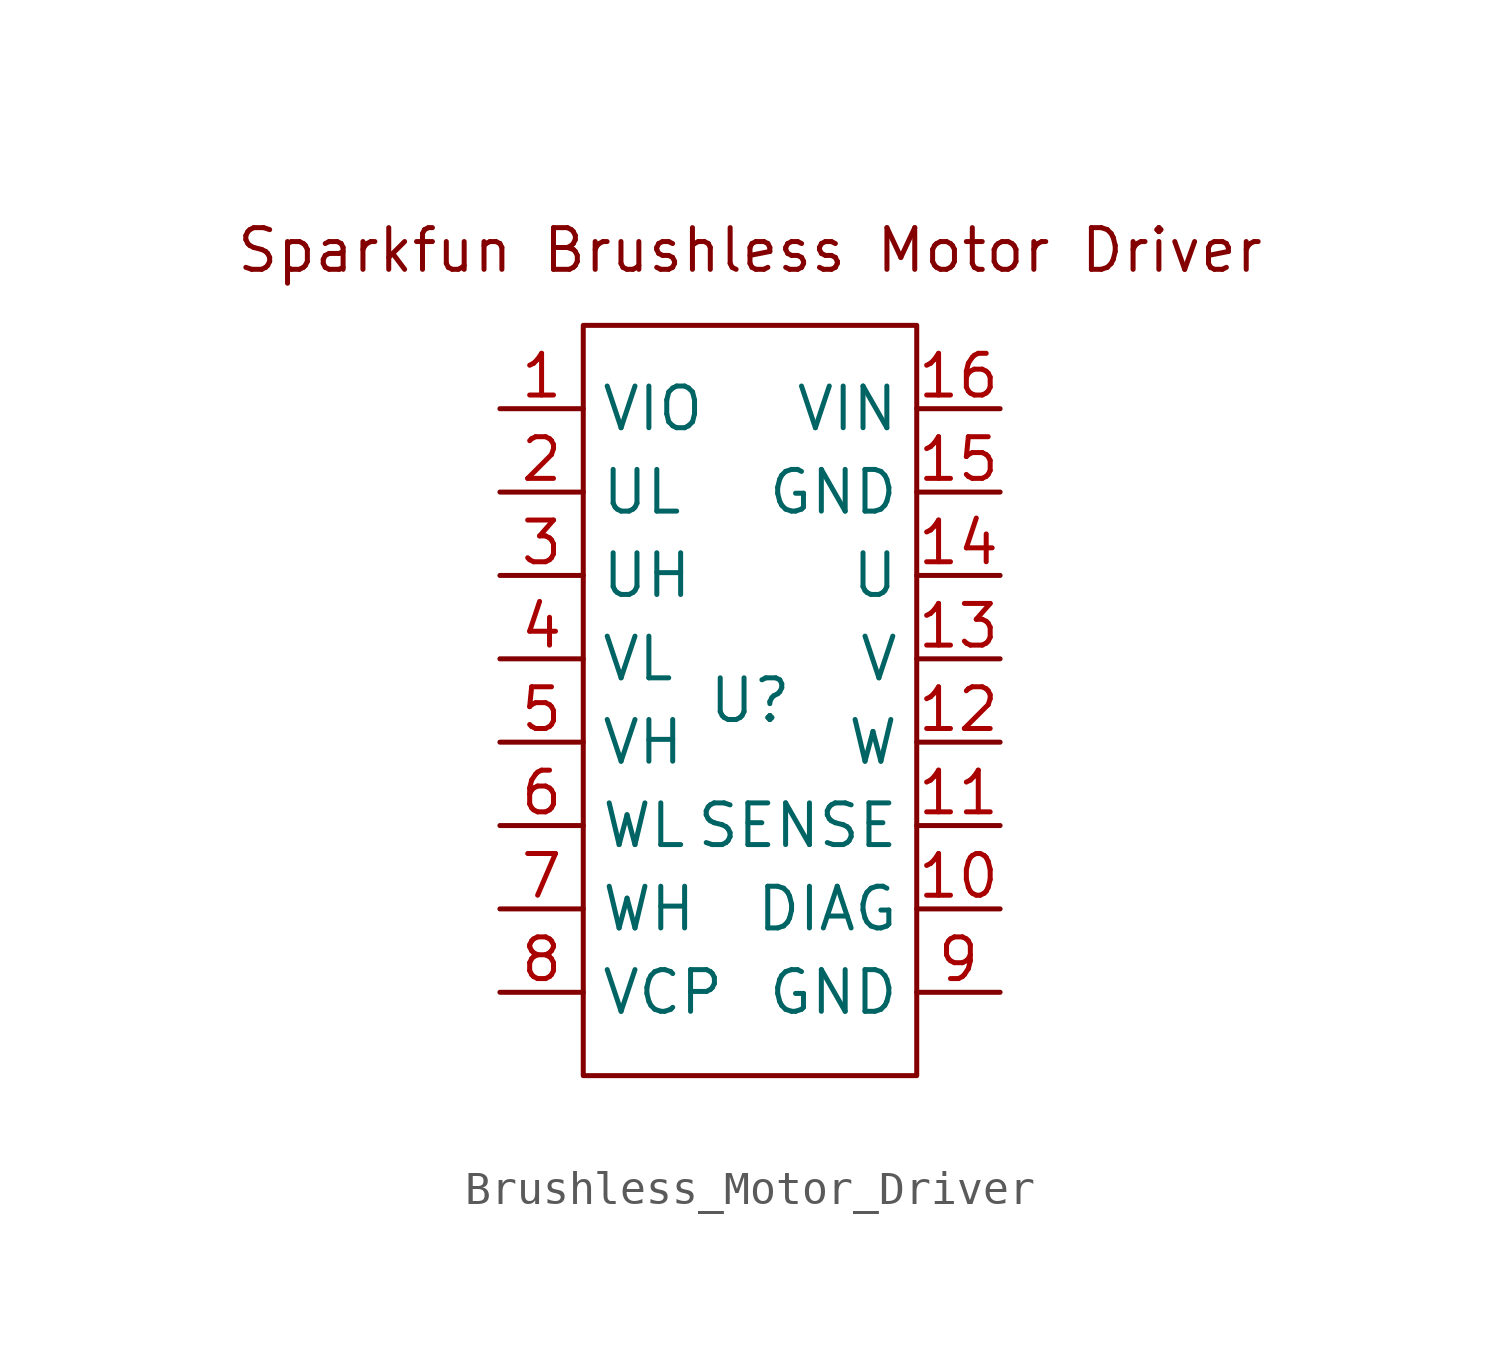
<source format=kicad_sym>
(kicad_symbol_lib
  (version 20231120)
  (generator "kicad_symbol_editor")
  (generator_version "8.0")
  (symbol "Brushless_Motor_Driver"
    (property "Reference" "U"
      (at 0 0 0)
      (effects (font (size 1.27 1.27))))
    (property "Value" ""
      (at 0 3.81 0)
      (effects (font (size 1.27 1.27))))
    (symbol "Brushless_Motor_Driver_0_1"
      (rectangle (start -5.08 11.43) (end 5.08 -11.43) (stroke (width 0) (type default)) (fill (type none))))
    (symbol "Brushless_Motor_Driver_1_1"
      (text "Sparkfun Brushless Motor Driver" (at 0 13.716 0) (effects (font (size 1.27 1.27))))
      (pin power_in line (at -7.62 8.89 0) (length 2.54) (name "VIO" (effects (font (size 1.27 1.27)))) (number "1" (effects (font (size 1.27 1.27)))))
      (pin output line (at 7.62 -6.35 180) (length 2.54) (name "DIAG" (effects (font (size 1.27 1.27)))) (number "10" (effects (font (size 1.27 1.27)))))
      (pin output line (at 7.62 -3.81 180) (length 2.54) (name "SENSE" (effects (font (size 1.27 1.27)))) (number "11" (effects (font (size 1.27 1.27)))))
      (pin power_out line (at 7.62 -1.27 180) (length 2.54) (name "W" (effects (font (size 1.27 1.27)))) (number "12" (effects (font (size 1.27 1.27)))))
      (pin power_out line (at 7.62 1.27 180) (length 2.54) (name "V" (effects (font (size 1.27 1.27)))) (number "13" (effects (font (size 1.27 1.27)))))
      (pin power_out line (at 7.62 3.81 180) (length 2.54) (name "U" (effects (font (size 1.27 1.27)))) (number "14" (effects (font (size 1.27 1.27)))))
      (pin power_in line (at 7.62 6.35 180) (length 2.54) (name "GND" (effects (font (size 1.27 1.27)))) (number "15" (effects (font (size 1.27 1.27)))))
      (pin power_in line (at 7.62 8.89 180) (length 2.54) (name "VIN" (effects (font (size 1.27 1.27)))) (number "16" (effects (font (size 1.27 1.27)))))
      (pin input line (at -7.62 6.35 0) (length 2.54) (name "UL" (effects (font (size 1.27 1.27)))) (number "2" (effects (font (size 1.27 1.27)))))
      (pin input line (at -7.62 3.81 0) (length 2.54) (name "UH" (effects (font (size 1.27 1.27)))) (number "3" (effects (font (size 1.27 1.27)))))
      (pin input line (at -7.62 1.27 0) (length 2.54) (name "VL" (effects (font (size 1.27 1.27)))) (number "4" (effects (font (size 1.27 1.27)))))
      (pin input line (at -7.62 -1.27 0) (length 2.54) (name "VH" (effects (font (size 1.27 1.27)))) (number "5" (effects (font (size 1.27 1.27)))))
      (pin input line (at -7.62 -3.81 0) (length 2.54) (name "WL" (effects (font (size 1.27 1.27)))) (number "6" (effects (font (size 1.27 1.27)))))
      (pin input line (at -7.62 -6.35 0) (length 2.54) (name "WH" (effects (font (size 1.27 1.27)))) (number "7" (effects (font (size 1.27 1.27)))))
      (pin input line (at -7.62 -8.89 0) (length 2.54) (name "VCP" (effects (font (size 1.27 1.27)))) (number "8" (effects (font (size 1.27 1.27)))))
      (pin power_in line (at 7.62 -8.89 180) (length 2.54) (name "GND" (effects (font (size 1.27 1.27)))) (number "9" (effects (font (size 1.27 1.27))))))))
</source>
